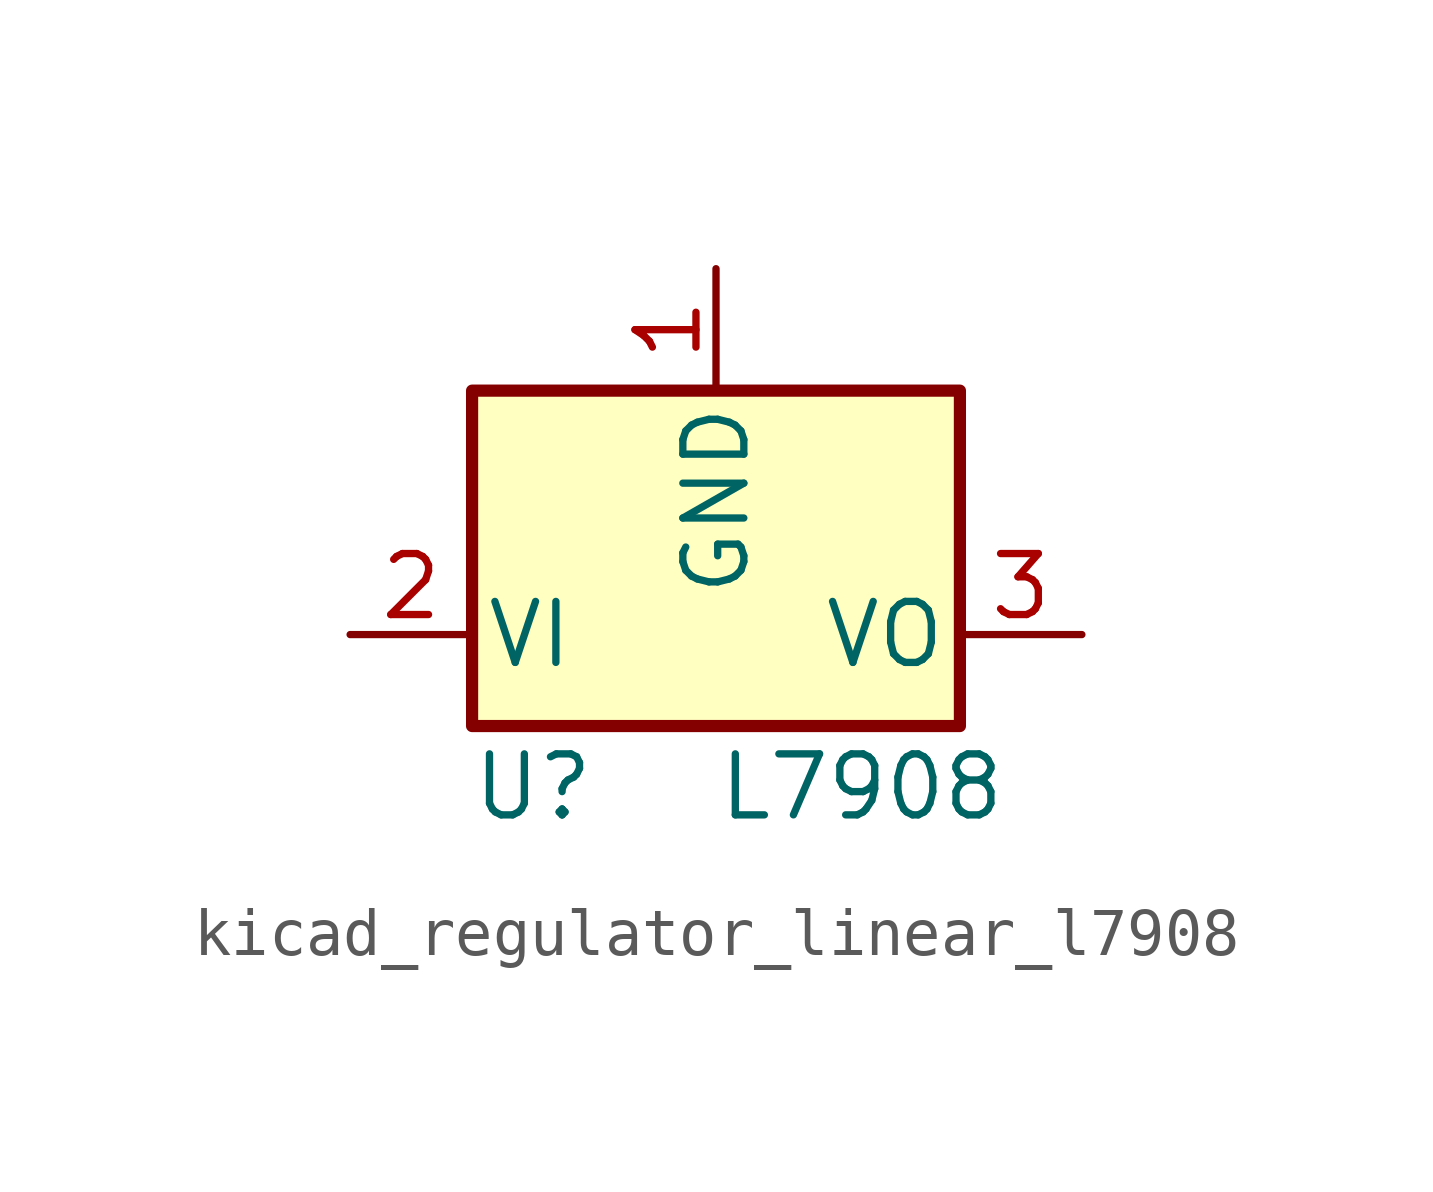
<source format=kicad_sym>
(kicad_symbol_lib
  (version 20220914)
  (generator kicad_symbol_editor)
  (symbol "kicad_regulator_linear_l7908"
    (pin_names
      (offset 0.254))
    (property "Reference" "U"
      (at -3.81 -3.175 0)
      (effects (font (size 1.27 1.27))))
    (property "Value" "L7908"
      (at 0 -3.175 0)
      (effects (font (size 1.27 1.27)) (justify left)))
    (symbol "kicad_regulator_linear_l7908_0_1"
      (rectangle (start -5.08 5.08) (end 5.08 -1.905) (stroke (width 0.254) (type default)) (fill (type background))))
    (symbol "kicad_regulator_linear_l7908_1_1"
      (pin power_in line (at 0 7.62 270) (length 2.54) (name "GND" (effects (font (size 1.27 1.27)))) (number "1" (effects (font (size 1.27 1.27)))))
      (pin power_in line (at -7.62 0 0) (length 2.54) (name "VI" (effects (font (size 1.27 1.27)))) (number "2" (effects (font (size 1.27 1.27)))))
      (pin power_out line (at 7.62 0 180) (length 2.54) (name "VO" (effects (font (size 1.27 1.27)))) (number "3" (effects (font (size 1.27 1.27))))))))
</source>
